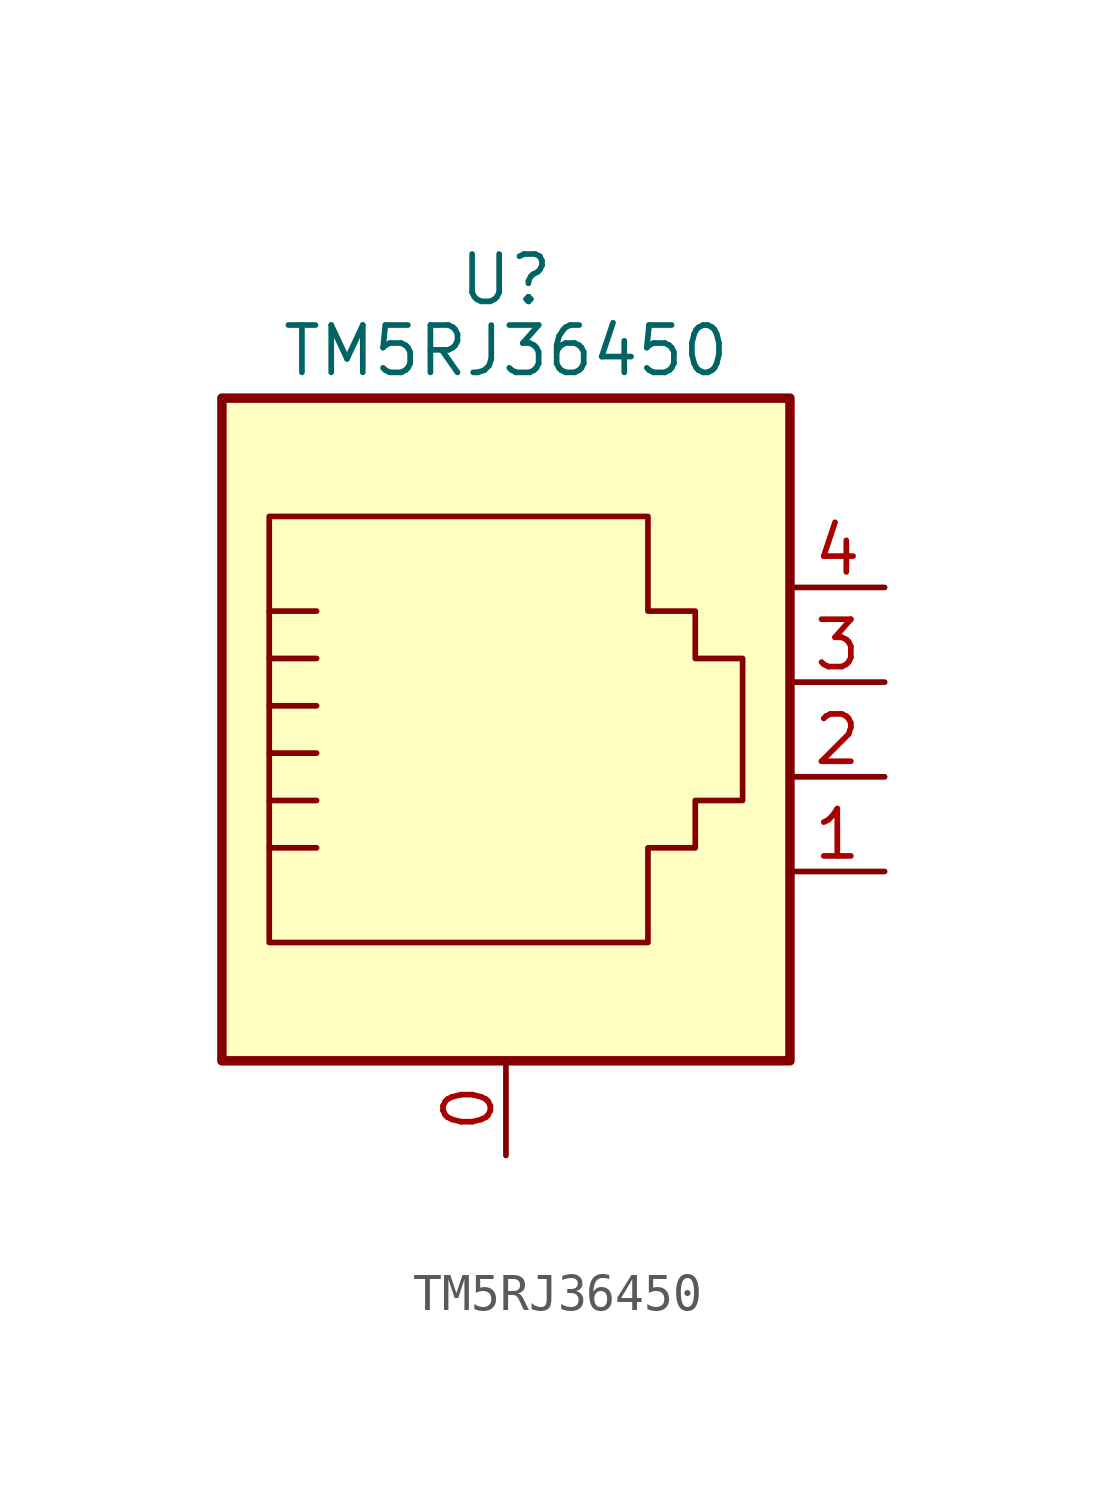
<source format=kicad_sym>
(kicad_symbol_lib
  (version 20211014)
  (generator kicad_symbol_editor)
  (symbol "TM5RJ36450"
    (property "Reference" "U"
      (at 0 12.065 0)
      (effects (font (size 1.27 1.27))))
    (property "Value" "TM5RJ36450"
      (at 0 10.16 0)
      (effects (font (size 1.27 1.27))))
    (symbol "TM5RJ36450_0_1"
      (polyline (pts (xy -6.35 -3.175) (xy -5.08 -3.175) (xy -5.08 -3.175)) (stroke (width 0) (type default) (color 0 0 0 0)) (fill (type none)))
      (polyline (pts (xy -6.35 -1.905) (xy -5.08 -1.905) (xy -5.08 -1.905)) (stroke (width 0) (type default) (color 0 0 0 0)) (fill (type none)))
      (polyline (pts (xy -6.35 -0.635) (xy -5.08 -0.635) (xy -5.08 -0.635)) (stroke (width 0) (type default) (color 0 0 0 0)) (fill (type none)))
      (polyline (pts (xy -6.35 0.635) (xy -5.08 0.635) (xy -5.08 0.635)) (stroke (width 0) (type default) (color 0 0 0 0)) (fill (type none)))
      (polyline (pts (xy -6.35 1.905) (xy -5.08 1.905) (xy -5.08 1.905)) (stroke (width 0) (type default) (color 0 0 0 0)) (fill (type none)))
      (polyline (pts (xy -5.08 3.175) (xy -6.35 3.175) (xy -6.35 3.175)) (stroke (width 0) (type default) (color 0 0 0 0)) (fill (type none)))
      (polyline (pts (xy -6.35 -5.715) (xy -6.35 5.715) (xy 3.81 5.715) (xy 3.81 3.175) (xy 5.08 3.175) (xy 5.08 1.905) (xy 6.35 1.905) (xy 6.35 -1.905) (xy 5.08 -1.905) (xy 5.08 -3.175) (xy 3.81 -3.175) (xy 3.81 -5.715) (xy -6.35 -5.715) (xy -6.35 -5.715)) (stroke (width 0) (type default) (color 0 0 0 0)) (fill (type none)))
      (rectangle (start 7.62 8.89) (end -7.62 -8.89) (stroke (width 0.254) (type default) (color 0 0 0 0)) (fill (type background))))
    (symbol "TM5RJ36450_1_1"
      (pin passive line (at 0 -11.43 90) (length 2.54) (name "~" (effects (font (size 1.27 1.27)))) (number "0" (effects (font (size 1.27 1.27)))))
      (pin passive line (at 10.16 -3.81 180) (length 2.54) (name "~" (effects (font (size 1.27 1.27)))) (number "1" (effects (font (size 1.27 1.27)))))
      (pin passive line (at 10.16 -1.27 180) (length 2.54) (name "~" (effects (font (size 1.27 1.27)))) (number "2" (effects (font (size 1.27 1.27)))))
      (pin passive line (at 10.16 1.27 180) (length 2.54) (name "~" (effects (font (size 1.27 1.27)))) (number "3" (effects (font (size 1.27 1.27)))))
      (pin passive line (at 10.16 3.81 180) (length 2.54) (name "~" (effects (font (size 1.27 1.27)))) (number "4" (effects (font (size 1.27 1.27))))))))
</source>
